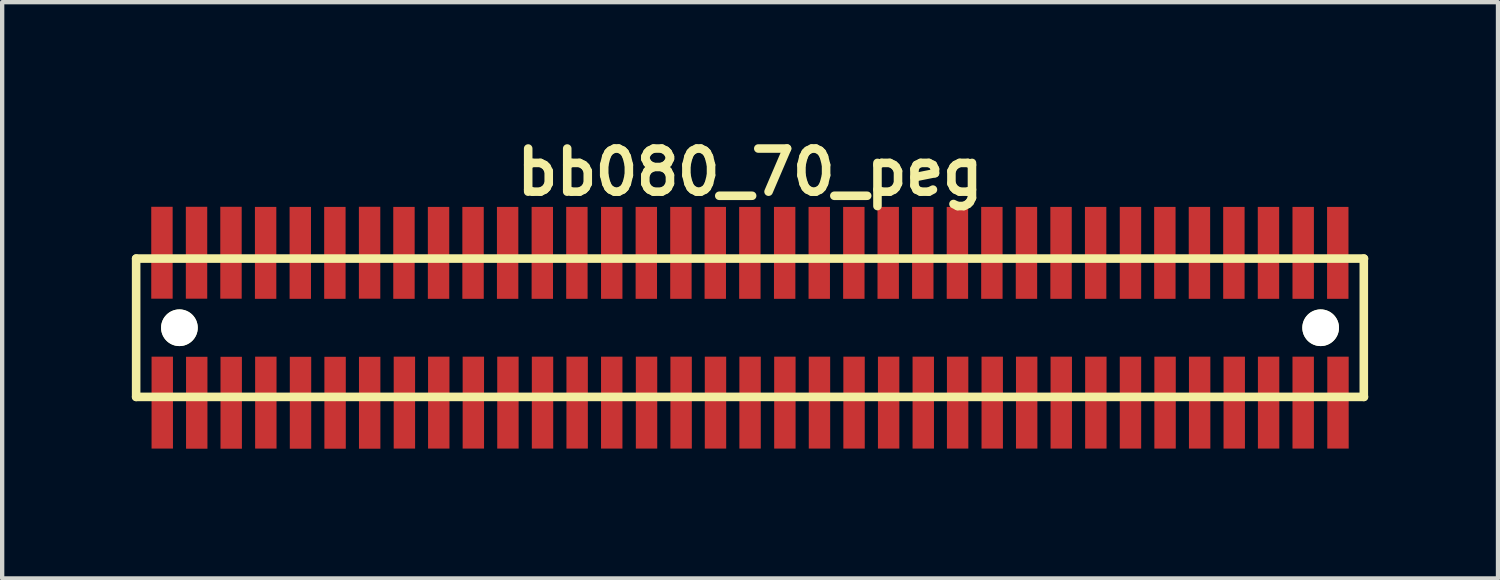
<source format=kicad_pcb>
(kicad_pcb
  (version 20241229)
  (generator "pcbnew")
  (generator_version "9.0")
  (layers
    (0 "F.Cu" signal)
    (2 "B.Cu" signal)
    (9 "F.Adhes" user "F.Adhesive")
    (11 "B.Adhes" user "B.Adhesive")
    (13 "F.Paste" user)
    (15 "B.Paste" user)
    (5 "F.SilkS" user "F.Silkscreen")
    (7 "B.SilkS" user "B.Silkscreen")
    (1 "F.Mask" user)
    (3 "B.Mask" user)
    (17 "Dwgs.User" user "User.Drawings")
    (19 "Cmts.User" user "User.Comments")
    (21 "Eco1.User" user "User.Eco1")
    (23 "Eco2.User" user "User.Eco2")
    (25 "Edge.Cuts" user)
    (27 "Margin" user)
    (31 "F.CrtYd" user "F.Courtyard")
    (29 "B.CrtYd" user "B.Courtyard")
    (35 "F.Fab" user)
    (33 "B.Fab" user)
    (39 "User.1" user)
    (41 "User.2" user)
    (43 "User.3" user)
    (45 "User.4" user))
  (footprint "bb080_70_peg"
    (layer "F.Cu")
    (at 14.3 4.531)
    (property "Reference" "bb080_70_peg" (at 0 -3.599 0) (layer "F.SilkS") (effects (font (size 0.998 0.998) (thickness 0.198))))
    (attr smd)
    (fp_line (start -14.201 -1.6) (end -14.201 1.6) (stroke (width 0.198) (type solid)) (layer "F.SilkS"))
    (fp_line (start -14.201 -1.6) (end 14.201 -1.6) (stroke (width 0.198) (type solid)) (layer "F.SilkS"))
    (fp_line (start 14.196 1.6) (end 14.196 -1.6) (stroke (width 0.198) (type solid)) (layer "F.SilkS"))
    (fp_line (start 14.201 1.6) (end -14.201 1.6) (stroke (width 0.198) (type solid)) (layer "F.SilkS"))
    (pad "" np_thru_hole circle (at -13.2 0) (size 0.848 0.848) (drill 0.848) (layers "*.Cu" "*.Mask" "F.SilkS"))
    (pad "" np_thru_hole circle (at 13.198 0) (size 0.848 0.848) (drill 0.848) (layers "*.Cu" "*.Mask" "F.SilkS"))
    (pad "1" smd rect (at -13.597 1.732) (size 0.495 2.126) (layers "F.Cu" "F.Mask" "F.Paste"))
    (pad "2" smd rect (at -13.604 -1.735) (size 0.495 2.126) (layers "F.Cu" "F.Mask" "F.Paste"))
    (pad "3" smd rect (at -12.799 1.735) (size 0.495 2.126) (layers "F.Cu" "F.Mask" "F.Paste"))
    (pad "4" smd rect (at -12.804 -1.735) (size 0.495 2.126) (layers "F.Cu" "F.Mask" "F.Paste"))
    (pad "5" smd rect (at -12.002 1.735) (size 0.495 2.126) (layers "F.Cu" "F.Mask" "F.Paste"))
    (pad "6" smd rect (at -12.007 -1.735) (size 0.495 2.126) (layers "F.Cu" "F.Mask" "F.Paste"))
    (pad "7" smd rect (at -11.201 1.732) (size 0.495 2.126) (layers "F.Cu" "F.Mask" "F.Paste"))
    (pad "8" smd rect (at -11.206 -1.732) (size 0.495 2.126) (layers "F.Cu" "F.Mask" "F.Paste"))
    (pad "9" smd rect (at -10.399 1.735) (size 0.495 2.126) (layers "F.Cu" "F.Mask" "F.Paste"))
    (pad "10" smd rect (at -10.404 -1.732) (size 0.495 2.126) (layers "F.Cu" "F.Mask" "F.Paste"))
    (pad "11" smd rect (at -9.599 1.735) (size 0.495 2.126) (layers "F.Cu" "F.Mask" "F.Paste"))
    (pad "12" smd rect (at -9.604 -1.732) (size 0.495 2.126) (layers "F.Cu" "F.Mask" "F.Paste"))
    (pad "13" smd rect (at -8.799 1.735) (size 0.495 2.126) (layers "F.Cu" "F.Mask" "F.Paste"))
    (pad "14" smd rect (at -8.801 -1.735) (size 0.495 2.126) (layers "F.Cu" "F.Mask" "F.Paste"))
    (pad "15" smd rect (at -7.996 1.732) (size 0.495 2.126) (layers "F.Cu" "F.Mask" "F.Paste"))
    (pad "16" smd rect (at -8.006 -1.732) (size 0.495 2.126) (layers "F.Cu" "F.Mask" "F.Paste"))
    (pad "17" smd rect (at -7.201 1.732) (size 0.495 2.126) (layers "F.Cu" "F.Mask" "F.Paste"))
    (pad "18" smd rect (at -7.206 -1.732) (size 0.495 2.126) (layers "F.Cu" "F.Mask" "F.Paste"))
    (pad "19" smd rect (at -6.401 1.732) (size 0.495 2.126) (layers "F.Cu" "F.Mask" "F.Paste"))
    (pad "20" smd rect (at -6.408 -1.732) (size 0.495 2.126) (layers "F.Cu" "F.Mask" "F.Paste"))
    (pad "21" smd rect (at -5.601 1.732) (size 0.495 2.126) (layers "F.Cu" "F.Mask" "F.Paste"))
    (pad "22" smd rect (at -5.608 -1.732) (size 0.495 2.126) (layers "F.Cu" "F.Mask" "F.Paste"))
    (pad "23" smd rect (at -4.801 1.732) (size 0.495 2.126) (layers "F.Cu" "F.Mask" "F.Paste"))
    (pad "24" smd rect (at -4.806 -1.732) (size 0.495 2.126) (layers "F.Cu" "F.Mask" "F.Paste"))
    (pad "25" smd rect (at -4 1.732) (size 0.495 2.126) (layers "F.Cu" "F.Mask" "F.Paste"))
    (pad "26" smd rect (at -4.006 -1.732) (size 0.495 2.126) (layers "F.Cu" "F.Mask" "F.Paste"))
    (pad "27" smd rect (at -3.2 1.732) (size 0.495 2.126) (layers "F.Cu" "F.Mask" "F.Paste"))
    (pad "28" smd rect (at -3.2 -1.732) (size 0.495 2.126) (layers "F.Cu" "F.Mask" "F.Paste"))
    (pad "29" smd rect (at -2.395 1.732) (size 0.495 2.126) (layers "F.Cu" "F.Mask" "F.Paste"))
    (pad "30" smd rect (at -2.4 -1.732) (size 0.495 2.126) (layers "F.Cu" "F.Mask" "F.Paste"))
    (pad "31" smd rect (at -1.595 1.732) (size 0.495 2.126) (layers "F.Cu" "F.Mask" "F.Paste"))
    (pad "32" smd rect (at -1.6 -1.732) (size 0.495 2.126) (layers "F.Cu" "F.Mask" "F.Paste"))
    (pad "33" smd rect (at -0.8 1.732) (size 0.495 2.126) (layers "F.Cu" "F.Mask" "F.Paste"))
    (pad "34" smd rect (at -0.805 -1.732) (size 0.495 2.126) (layers "F.Cu" "F.Mask" "F.Paste"))
    (pad "35" smd rect (at 0 1.732) (size 0.495 2.126) (layers "F.Cu" "F.Mask" "F.Paste"))
    (pad "36" smd rect (at -0.005 -1.732) (size 0.495 2.126) (layers "F.Cu" "F.Mask" "F.Paste"))
    (pad "37" smd rect (at 0.805 1.732) (size 0.495 2.126) (layers "F.Cu" "F.Mask" "F.Paste"))
    (pad "38" smd rect (at 0.8 -1.732) (size 0.495 2.126) (layers "F.Cu" "F.Mask" "F.Paste"))
    (pad "39" smd rect (at 1.605 1.732) (size 0.495 2.126) (layers "F.Cu" "F.Mask" "F.Paste"))
    (pad "40" smd rect (at 1.6 -1.732) (size 0.495 2.126) (layers "F.Cu" "F.Mask" "F.Paste"))
    (pad "41" smd rect (at 2.405 1.732) (size 0.495 2.126) (layers "F.Cu" "F.Mask" "F.Paste"))
    (pad "42" smd rect (at 2.4 -1.732) (size 0.495 2.126) (layers "F.Cu" "F.Mask" "F.Paste"))
    (pad "43" smd rect (at 3.205 1.732) (size 0.495 2.126) (layers "F.Cu" "F.Mask" "F.Paste"))
    (pad "44" smd rect (at 3.195 -1.732) (size 0.495 2.126) (layers "F.Cu" "F.Mask" "F.Paste"))
    (pad "45" smd rect (at 4.006 1.732) (size 0.495 2.126) (layers "F.Cu" "F.Mask" "F.Paste"))
    (pad "46" smd rect (at 3.995 -1.732) (size 0.495 2.126) (layers "F.Cu" "F.Mask" "F.Paste"))
    (pad "47" smd rect (at 4.801 1.732) (size 0.495 2.126) (layers "F.Cu" "F.Mask" "F.Paste"))
    (pad "48" smd rect (at 4.796 -1.732) (size 0.495 2.126) (layers "F.Cu" "F.Mask" "F.Paste"))
    (pad "49" smd rect (at 5.601 1.732) (size 0.495 2.126) (layers "F.Cu" "F.Mask" "F.Paste"))
    (pad "50" smd rect (at 5.593 -1.732) (size 0.495 2.126) (layers "F.Cu" "F.Mask" "F.Paste"))
    (pad "51" smd rect (at 6.398 1.732) (size 0.495 2.126) (layers "F.Cu" "F.Mask" "F.Paste"))
    (pad "52" smd rect (at 6.393 -1.732) (size 0.495 2.126) (layers "F.Cu" "F.Mask" "F.Paste"))
    (pad "53" smd rect (at 7.198 1.732) (size 0.495 2.126) (layers "F.Cu" "F.Mask" "F.Paste"))
    (pad "54" smd rect (at 7.193 -1.732) (size 0.495 2.126) (layers "F.Cu" "F.Mask" "F.Paste"))
    (pad "55" smd rect (at 7.998 1.732) (size 0.495 2.126) (layers "F.Cu" "F.Mask" "F.Paste"))
    (pad "56" smd rect (at 7.993 -1.732) (size 0.495 2.126) (layers "F.Cu" "F.Mask" "F.Paste"))
    (pad "57" smd rect (at 8.799 1.732) (size 0.495 2.126) (layers "F.Cu" "F.Mask" "F.Paste"))
    (pad "58" smd rect (at 8.799 -1.732) (size 0.495 2.126) (layers "F.Cu" "F.Mask" "F.Paste"))
    (pad "59" smd rect (at 9.599 1.732) (size 0.495 2.126) (layers "F.Cu" "F.Mask" "F.Paste"))
    (pad "60" smd rect (at 9.594 -1.732) (size 0.495 2.126) (layers "F.Cu" "F.Mask" "F.Paste"))
    (pad "61" smd rect (at 10.399 1.732) (size 0.495 2.126) (layers "F.Cu" "F.Mask" "F.Paste"))
    (pad "62" smd rect (at 10.394 -1.732) (size 0.495 2.126) (layers "F.Cu" "F.Mask" "F.Paste"))
    (pad "63" smd rect (at 11.199 1.732) (size 0.495 2.126) (layers "F.Cu" "F.Mask" "F.Paste"))
    (pad "64" smd rect (at 11.191 -1.732) (size 0.495 2.126) (layers "F.Cu" "F.Mask" "F.Paste"))
    (pad "65" smd rect (at 11.994 1.732) (size 0.495 2.126) (layers "F.Cu" "F.Mask" "F.Paste"))
    (pad "66" smd rect (at 11.991 -1.732) (size 0.495 2.126) (layers "F.Cu" "F.Mask" "F.Paste"))
    (pad "67" smd rect (at 12.794 1.732) (size 0.495 2.126) (layers "F.Cu" "F.Mask" "F.Paste"))
    (pad "68" smd rect (at 12.794 -1.732) (size 0.495 2.126) (layers "F.Cu" "F.Mask" "F.Paste"))
    (pad "69" smd rect (at 13.599 1.732) (size 0.495 2.126) (layers "F.Cu" "F.Mask" "F.Paste"))
    (pad "70" smd rect (at 13.594 -1.732) (size 0.495 2.126) (layers "F.Cu" "F.Mask" "F.Paste")))
  (gr_rect
    (start -3 -3)
    (end 31.6 10.329)
    (stroke (width 0.1) (type default))
    (fill no)
    (layer "Edge.Cuts")))
</source>
